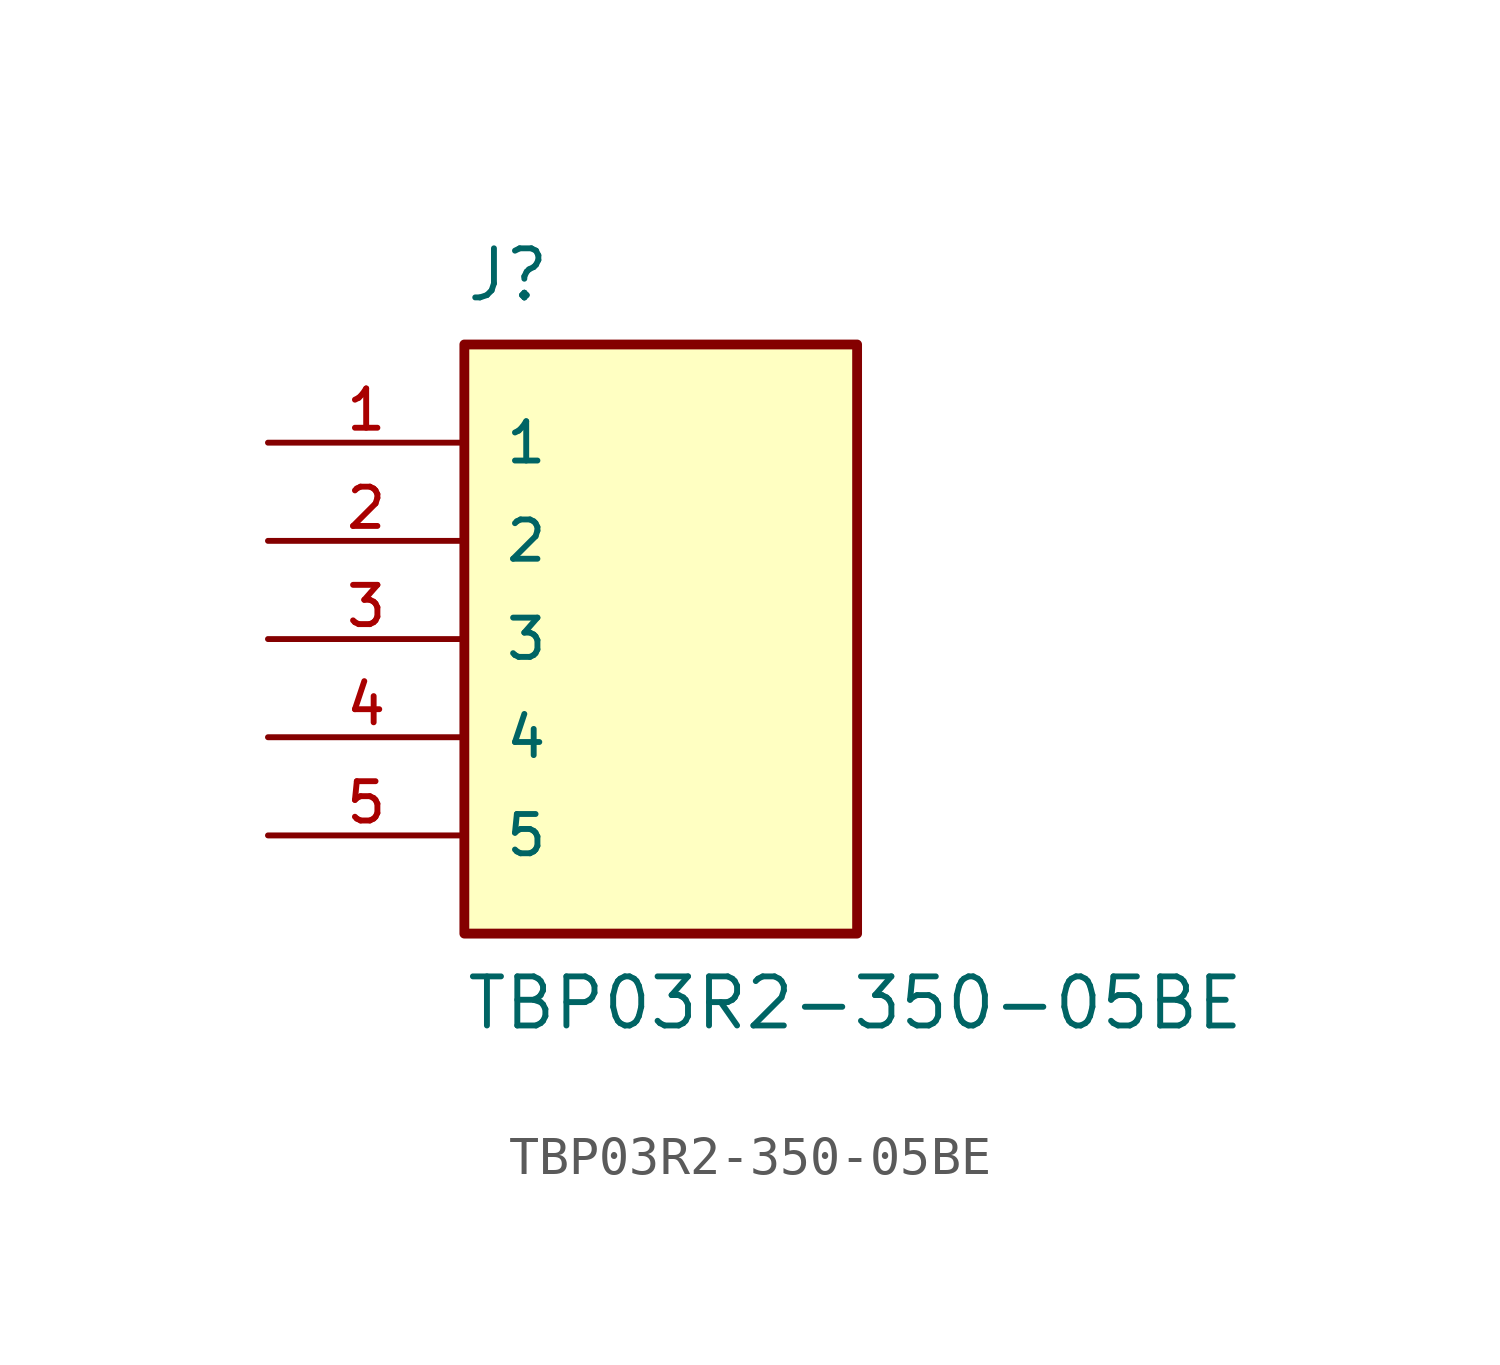
<source format=kicad_sym>
(kicad_symbol_lib
  (version 20231120)
  (generator "kicad_symbol_editor")
  (generator_version "8.0")
  (symbol "TBP03R2-350-05BE"
    (pin_names
      (offset 1.016))
    (property "Reference" "J"
      (at -5.08 10.16 0)
      (effects (font (size 1.27 1.27)) (justify left top)))
    (property "Value" "TBP03R2-350-05BE"
      (at -5.08 -10.16 0)
      (effects (font (size 1.27 1.27)) (justify left bottom)))
    (symbol "TBP03R2-350-05BE_0_0"
      (rectangle (start -5.08 -7.62) (end 5.08 7.62) (stroke (width 0.254) (type default)) (fill (type background)))
      (pin passive line (at -10.16 5.08 0) (length 5.08) (name "1" (effects (font (size 1.016 1.016)))) (number "1" (effects (font (size 1.016 1.016)))))
      (pin passive line (at -10.16 2.54 0) (length 5.08) (name "2" (effects (font (size 1.016 1.016)))) (number "2" (effects (font (size 1.016 1.016)))))
      (pin passive line (at -10.16 0 0) (length 5.08) (name "3" (effects (font (size 1.016 1.016)))) (number "3" (effects (font (size 1.016 1.016)))))
      (pin passive line (at -10.16 -2.54 0) (length 5.08) (name "4" (effects (font (size 1.016 1.016)))) (number "4" (effects (font (size 1.016 1.016)))))
      (pin passive line (at -10.16 -5.08 0) (length 5.08) (name "5" (effects (font (size 1.016 1.016)))) (number "5" (effects (font (size 1.016 1.016))))))))
</source>
